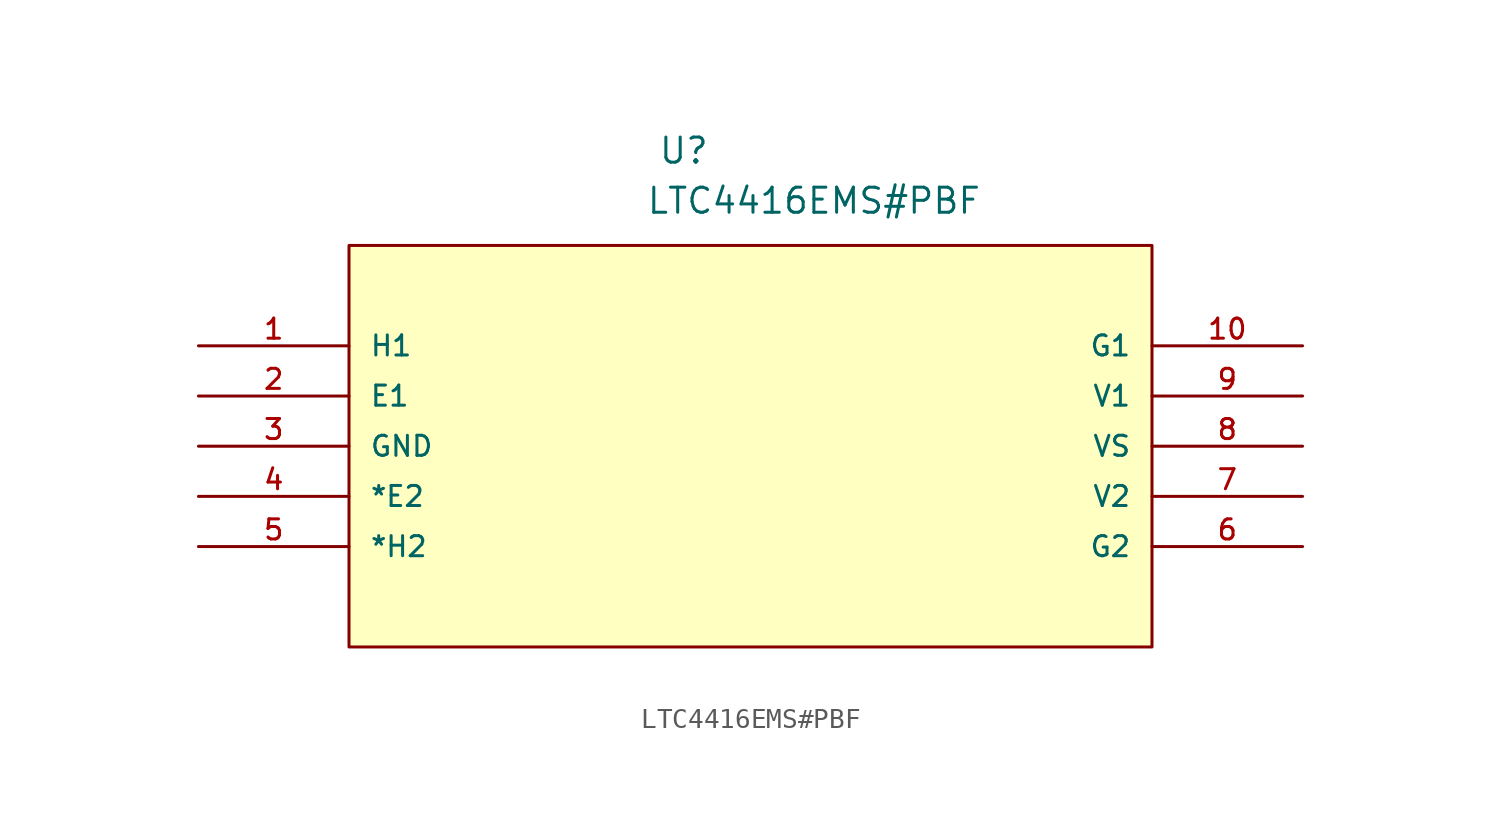
<source format=kicad_sym>
(kicad_symbol_lib
  (version 20211014)
  (generator kicad_symbol_editor)
  (symbol "LTC4416EMS#PBF"
    (pin_names
      (offset 1.016))
    (property "Reference" "U"
      (at 23.254 9.133 0.0)
      (effects (font (size 1.27 1.27)) (justify bottom left)))
    (property "Value" "LTC4416EMS#PBF"
      (at 22.643 6.597 0.0)
      (effects (font (size 1.27 1.27)) (justify bottom left)))
    (symbol "LTC4416EMS#PBF_0_0"
      (rectangle (start 7.62 -15.24) (end 48.26 5.08) (stroke (width 0.152)) (fill (type background)))
      (pin output line (at 0.0 0.0 0) (length 7.62) (name "H1" (effects (font (size 1.016 1.016)))) (number "1" (effects (font (size 1.016 1.016)))))
      (pin input line (at 0.0 -2.54 0) (length 7.62) (name "E1" (effects (font (size 1.016 1.016)))) (number "2" (effects (font (size 1.016 1.016)))))
      (pin power_in line (at 0.0 -5.08 0) (length 7.62) (name "GND" (effects (font (size 1.016 1.016)))) (number "3" (effects (font (size 1.016 1.016)))))
      (pin input line (at 0.0 -7.62 0) (length 7.62) (name "*E2" (effects (font (size 1.016 1.016)))) (number "4" (effects (font (size 1.016 1.016)))))
      (pin input line (at 0.0 -10.16 0) (length 7.62) (name "*H2" (effects (font (size 1.016 1.016)))) (number "5" (effects (font (size 1.016 1.016)))))
      (pin passive line (at 55.88 -10.16 180.0) (length 7.62) (name "G2" (effects (font (size 1.016 1.016)))) (number "6" (effects (font (size 1.016 1.016)))))
      (pin input line (at 55.88 -7.62 180.0) (length 7.62) (name "V2" (effects (font (size 1.016 1.016)))) (number "7" (effects (font (size 1.016 1.016)))))
      (pin input line (at 55.88 -5.08 180.0) (length 7.62) (name "VS" (effects (font (size 1.016 1.016)))) (number "8" (effects (font (size 1.016 1.016)))))
      (pin input line (at 55.88 -2.54 180.0) (length 7.62) (name "V1" (effects (font (size 1.016 1.016)))) (number "9" (effects (font (size 1.016 1.016)))))
      (pin passive line (at 55.88 0.0 180.0) (length 7.62) (name "G1" (effects (font (size 1.016 1.016)))) (number "10" (effects (font (size 1.016 1.016))))))))
</source>
